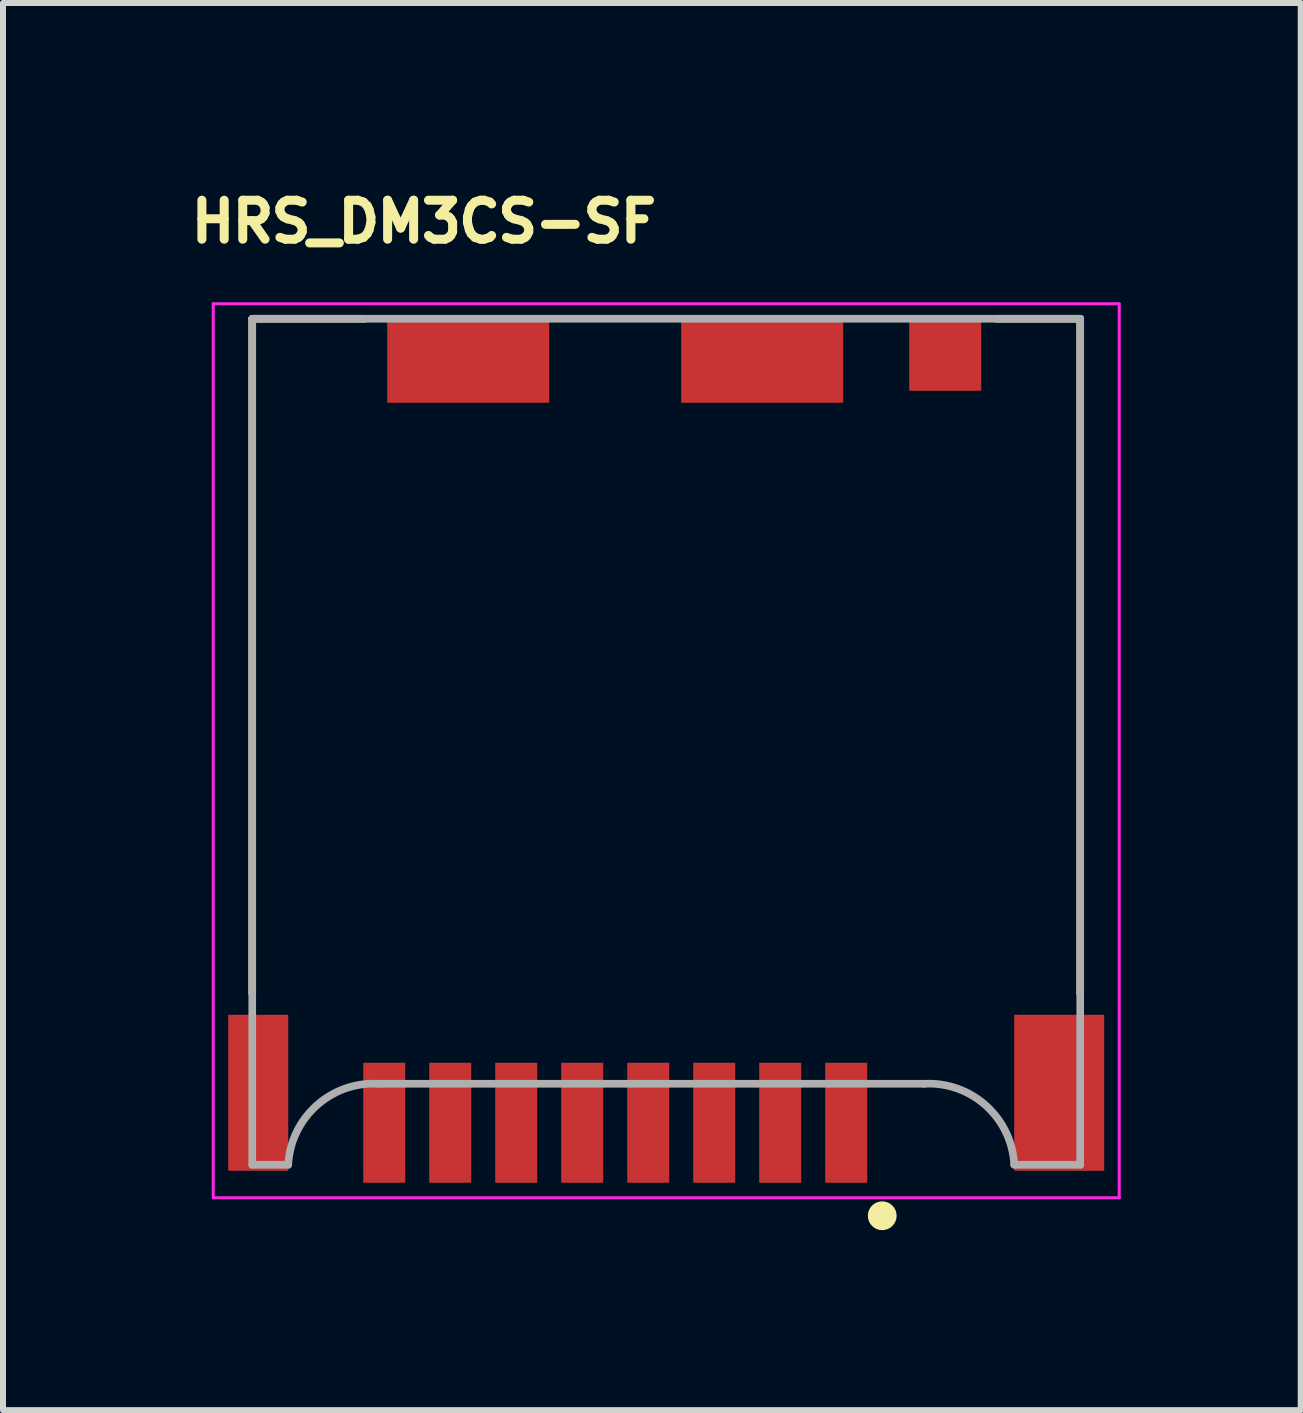
<source format=kicad_pcb>
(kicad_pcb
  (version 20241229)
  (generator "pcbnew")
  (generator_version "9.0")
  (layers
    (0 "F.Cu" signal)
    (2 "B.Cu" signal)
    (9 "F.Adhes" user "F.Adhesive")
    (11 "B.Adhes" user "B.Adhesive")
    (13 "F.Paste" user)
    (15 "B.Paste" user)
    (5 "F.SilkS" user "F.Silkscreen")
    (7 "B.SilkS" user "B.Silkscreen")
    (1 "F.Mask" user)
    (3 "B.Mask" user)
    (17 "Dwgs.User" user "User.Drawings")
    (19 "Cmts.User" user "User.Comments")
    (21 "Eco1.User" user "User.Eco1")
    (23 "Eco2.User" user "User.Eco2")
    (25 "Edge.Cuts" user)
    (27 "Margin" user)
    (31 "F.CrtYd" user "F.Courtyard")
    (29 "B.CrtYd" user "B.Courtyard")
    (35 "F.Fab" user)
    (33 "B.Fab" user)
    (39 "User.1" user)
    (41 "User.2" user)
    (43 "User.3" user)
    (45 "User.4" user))
  (footprint "HRS_DM3CS-SF"
    (layer "F.Cu")
    (at 7.854 9.313)
    (property "Reference" "HRS_DM3CS-SF" (at -3.84 -8.669 0) (layer "F.SilkS") (effects (font (size 0.65 0.65) (thickness 0.15))))
    (attr smd)
    (fp_line (start -6.7 -7.05) (end -4.826 -7.05) (stroke (width 0.127) (type solid)) (layer "F.SilkS"))
    (fp_line (start -6.7 4.2) (end -6.7 -7.05) (stroke (width 0.127) (type solid)) (layer "F.SilkS"))
    (fp_line (start 7.1 -7.05) (end 5.7 -7.05) (stroke (width 0.127) (type solid)) (layer "F.SilkS"))
    (fp_line (start 7.1 -7.05) (end 7.1 4.2) (stroke (width 0.127) (type solid)) (layer "F.SilkS"))
    (fp_circle (center 3.8 7.9) (end 3.92 7.9) (stroke (width 0.24) (type solid)) (fill no) (layer "F.SilkS"))
    (fp_line (start -7.35 -7.3) (end -7.35 7.6) (stroke (width 0.05) (type solid)) (layer "F.CrtYd"))
    (fp_line (start -7.35 7.6) (end 7.75 7.6) (stroke (width 0.05) (type solid)) (layer "F.CrtYd"))
    (fp_line (start 7.75 -7.3) (end -7.35 -7.3) (stroke (width 0.05) (type solid)) (layer "F.CrtYd"))
    (fp_line (start 7.75 7.6) (end 7.75 -7.3) (stroke (width 0.05) (type solid)) (layer "F.CrtYd"))
    (fp_line (start -6.7 -7.05) (end 7.1 -7.05) (stroke (width 0.127) (type solid)) (layer "F.Fab"))
    (fp_line (start -6.7 7.05) (end -6.7 -7.05) (stroke (width 0.127) (type solid)) (layer "F.Fab"))
    (fp_line (start -6.1 7.05) (end -6.7 7.05) (stroke (width 0.127) (type solid)) (layer "F.Fab"))
    (fp_line (start 4.5 5.7) (end -4.6 5.7) (stroke (width 0.127) (type solid)) (layer "F.Fab"))
    (fp_line (start 7.1 -7.05) (end 7.1 7.05) (stroke (width 0.127) (type solid)) (layer "F.Fab"))
    (fp_line (start 7.1 7.05) (end 6 7.05) (stroke (width 0.127) (type solid)) (layer "F.Fab"))
    (fp_arc (start -6.1 7.05) (mid -5.629594 6.06434) (end -4.6 5.7) (stroke (width 0.127) (type solid)) (layer "F.Fab"))
    (fp_arc (start 4.5 5.7) (mid 5.529594 6.06434) (end 6 7.05) (stroke (width 0.127) (type solid)) (layer "F.Fab"))
    (pad "1" smd rect (at 3.2 6.35) (size 0.7 2) (layers "F.Cu" "F.Mask" "F.Paste"))
    (pad "2" smd rect (at 2.1 6.35) (size 0.7 2) (layers "F.Cu" "F.Mask" "F.Paste"))
    (pad "3" smd rect (at 1 6.35) (size 0.7 2) (layers "F.Cu" "F.Mask" "F.Paste"))
    (pad "4" smd rect (at -0.1 6.35) (size 0.7 2) (layers "F.Cu" "F.Mask" "F.Paste"))
    (pad "5" smd rect (at -1.2 6.35) (size 0.7 2) (layers "F.Cu" "F.Mask" "F.Paste"))
    (pad "6" smd rect (at -2.3 6.35) (size 0.7 2) (layers "F.Cu" "F.Mask" "F.Paste"))
    (pad "7" smd rect (at -3.4 6.35) (size 0.7 2) (layers "F.Cu" "F.Mask" "F.Paste"))
    (pad "8" smd rect (at -4.5 6.35) (size 0.7 2) (layers "F.Cu" "F.Mask" "F.Paste"))
    (pad "9" smd rect (at 1.8 -6.35) (size 2.7 1.4) (layers "F.Cu" "F.Mask" "F.Paste"))
    (pad "S1" smd rect (at -6.6 5.85) (size 1 2.6) (layers "F.Cu" "F.Mask" "F.Paste"))
    (pad "S2" smd rect (at 6.75 5.85) (size 1.5 2.6) (layers "F.Cu" "F.Mask" "F.Paste"))
    (pad "S3" smd rect (at -3.1 -6.35) (size 2.7 1.4) (layers "F.Cu" "F.Mask" "F.Paste"))
    (pad "S5" smd rect (at 4.85 -6.45) (size 1.2 1.2) (layers "F.Cu" "F.Mask" "F.Paste"))
    (zone (net_name "") (layer "F.Cu") (hatch full 0.508) (connect_pads) (min_thickness 0.01) (filled_areas_thickness no) (keepout (tracks not_allowed) (vias not_allowed) (pads not_allowed) (copperpour not_allowed) (footprints allowed)) (placement (enabled no)) (fill) (polygon (pts (xy 0.941 10.063) (xy 1.554 10.063) (xy 1.554 13.871) (xy 0.941 13.871))))
    (zone (net_name "") (layer "F.Cu") (hatch full 0.508) (connect_pads) (min_thickness 0.01) (filled_areas_thickness no) (keepout (tracks not_allowed) (vias not_allowed) (pads not_allowed) (copperpour not_allowed) (footprints allowed)) (placement (enabled no)) (fill) (polygon (pts (xy 2.801 5.163) (xy 11.604 5.163) (xy 11.604 7.662) (xy 2.801 7.662))))
    (zone (net_name "") (layer "F.Cu") (hatch full 0.508) (connect_pads) (min_thickness 0.01) (filled_areas_thickness no) (keepout (tracks not_allowed) (vias not_allowed) (pads not_allowed) (copperpour not_allowed) (footprints allowed)) (placement (enabled no)) (fill) (polygon (pts (xy 14.563 10.063) (xy 15.154 10.063) (xy 15.154 13.869) (xy 14.563 13.869))))
    (zone (net_name "") (layers "F.Cu" "B.Cu") (hatch full 0.508) (connect_pads) (min_thickness 0.01) (filled_areas_thickness no) (keepout (tracks allowed) (vias not_allowed) (pads allowed) (copperpour allowed) (footprints allowed)) (placement (enabled no)) (fill) (polygon (pts (xy 0.942 10.063) (xy 1.554 10.063) (xy 1.554 13.871) (xy 0.942 13.871))))
    (zone (net_name "") (layers "F.Cu" "B.Cu") (hatch full 0.508) (connect_pads) (min_thickness 0.01) (filled_areas_thickness no) (keepout (tracks allowed) (vias not_allowed) (pads allowed) (copperpour allowed) (footprints allowed)) (placement (enabled no)) (fill) (polygon (pts (xy 2.803 5.163) (xy 11.604 5.163) (xy 11.604 7.663) (xy 2.803 7.663))))
    (zone (net_name "") (layers "F.Cu" "B.Cu") (hatch full 0.508) (connect_pads) (min_thickness 0.01) (filled_areas_thickness no) (keepout (tracks allowed) (vias not_allowed) (pads allowed) (copperpour allowed) (footprints allowed)) (placement (enabled no)) (fill) (polygon (pts (xy 14.565 10.063) (xy 15.154 10.063) (xy 15.154 13.871) (xy 14.565 13.871)))))
  (gr_rect
    (start -3 -3)
    (end 18.629 20.453)
    (stroke (width 0.1) (type default))
    (fill no)
    (layer "Edge.Cuts")))
</source>
